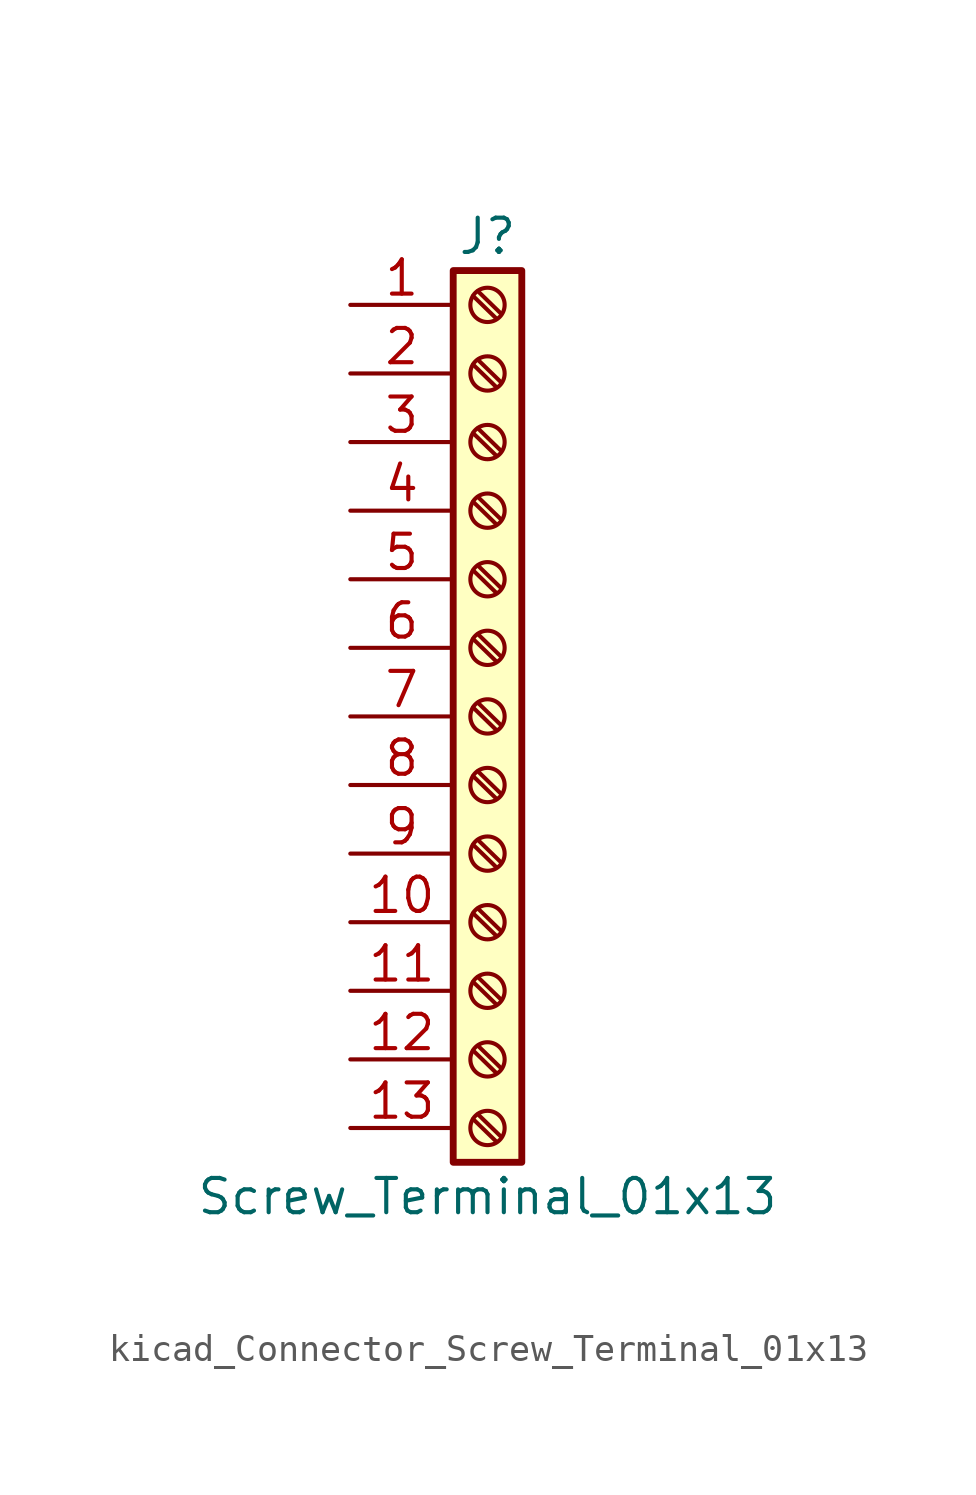
<source format=kicad_sym>
(kicad_symbol_lib
  (version 20220914)
  (generator kicad_symbol_editor)
  (symbol "kicad_Connector_Screw_Terminal_01x13"
    (pin_names
      (offset 1.016) hide)
    (property "Reference" "J"
      (at 0 17.78 0)
      (effects (font (size 1.27 1.27))))
    (property "Value" "Screw_Terminal_01x13"
      (at 0 -17.78 0)
      (effects (font (size 1.27 1.27))))
    (symbol "kicad_Connector_Screw_Terminal_01x13_1_1"
      (rectangle (start -1.27 16.51) (end 1.27 -16.51) (stroke (width 0.254) (type default)) (fill (type background)))
      (circle (center 0 -15.24) (radius 0.635) (stroke (width 0.152) (type default)) (fill (type none)))
      (circle (center 0 -12.7) (radius 0.635) (stroke (width 0.152) (type default)) (fill (type none)))
      (circle (center 0 -10.16) (radius 0.635) (stroke (width 0.152) (type default)) (fill (type none)))
      (circle (center 0 -7.62) (radius 0.635) (stroke (width 0.152) (type default)) (fill (type none)))
      (circle (center 0 -5.08) (radius 0.635) (stroke (width 0.152) (type default)) (fill (type none)))
      (circle (center 0 -2.54) (radius 0.635) (stroke (width 0.152) (type default)) (fill (type none)))
      (polyline (pts (xy -0.533 -14.91) (xy 0.33 -15.748)) (stroke (width 0.152) (type default)) (fill (type none)))
      (polyline (pts (xy -0.533 -12.37) (xy 0.33 -13.208)) (stroke (width 0.152) (type default)) (fill (type none)))
      (polyline (pts (xy -0.533 -9.83) (xy 0.33 -10.668)) (stroke (width 0.152) (type default)) (fill (type none)))
      (polyline (pts (xy -0.533 -7.29) (xy 0.33 -8.128)) (stroke (width 0.152) (type default)) (fill (type none)))
      (polyline (pts (xy -0.533 -4.75) (xy 0.33 -5.588)) (stroke (width 0.152) (type default)) (fill (type none)))
      (polyline (pts (xy -0.533 -2.21) (xy 0.33 -3.048)) (stroke (width 0.152) (type default)) (fill (type none)))
      (polyline (pts (xy -0.533 0.33) (xy 0.33 -0.508)) (stroke (width 0.152) (type default)) (fill (type none)))
      (polyline (pts (xy -0.533 2.87) (xy 0.33 2.032)) (stroke (width 0.152) (type default)) (fill (type none)))
      (polyline (pts (xy -0.533 5.41) (xy 0.33 4.572)) (stroke (width 0.152) (type default)) (fill (type none)))
      (polyline (pts (xy -0.533 7.95) (xy 0.33 7.112)) (stroke (width 0.152) (type default)) (fill (type none)))
      (polyline (pts (xy -0.533 10.49) (xy 0.33 9.652)) (stroke (width 0.152) (type default)) (fill (type none)))
      (polyline (pts (xy -0.533 13.03) (xy 0.33 12.192)) (stroke (width 0.152) (type default)) (fill (type none)))
      (polyline (pts (xy -0.533 15.57) (xy 0.33 14.732)) (stroke (width 0.152) (type default)) (fill (type none)))
      (polyline (pts (xy -0.356 -14.732) (xy 0.508 -15.57)) (stroke (width 0.152) (type default)) (fill (type none)))
      (polyline (pts (xy -0.356 -12.192) (xy 0.508 -13.03)) (stroke (width 0.152) (type default)) (fill (type none)))
      (polyline (pts (xy -0.356 -9.652) (xy 0.508 -10.49)) (stroke (width 0.152) (type default)) (fill (type none)))
      (polyline (pts (xy -0.356 -7.112) (xy 0.508 -7.95)) (stroke (width 0.152) (type default)) (fill (type none)))
      (polyline (pts (xy -0.356 -4.572) (xy 0.508 -5.41)) (stroke (width 0.152) (type default)) (fill (type none)))
      (polyline (pts (xy -0.356 -2.032) (xy 0.508 -2.87)) (stroke (width 0.152) (type default)) (fill (type none)))
      (polyline (pts (xy -0.356 0.508) (xy 0.508 -0.33)) (stroke (width 0.152) (type default)) (fill (type none)))
      (polyline (pts (xy -0.356 3.048) (xy 0.508 2.21)) (stroke (width 0.152) (type default)) (fill (type none)))
      (polyline (pts (xy -0.356 5.588) (xy 0.508 4.75)) (stroke (width 0.152) (type default)) (fill (type none)))
      (polyline (pts (xy -0.356 8.128) (xy 0.508 7.29)) (stroke (width 0.152) (type default)) (fill (type none)))
      (polyline (pts (xy -0.356 10.668) (xy 0.508 9.83)) (stroke (width 0.152) (type default)) (fill (type none)))
      (polyline (pts (xy -0.356 13.208) (xy 0.508 12.37)) (stroke (width 0.152) (type default)) (fill (type none)))
      (polyline (pts (xy -0.356 15.748) (xy 0.508 14.91)) (stroke (width 0.152) (type default)) (fill (type none)))
      (circle (center 0 0) (radius 0.635) (stroke (width 0.152) (type default)) (fill (type none)))
      (circle (center 0 2.54) (radius 0.635) (stroke (width 0.152) (type default)) (fill (type none)))
      (circle (center 0 5.08) (radius 0.635) (stroke (width 0.152) (type default)) (fill (type none)))
      (circle (center 0 7.62) (radius 0.635) (stroke (width 0.152) (type default)) (fill (type none)))
      (circle (center 0 10.16) (radius 0.635) (stroke (width 0.152) (type default)) (fill (type none)))
      (circle (center 0 12.7) (radius 0.635) (stroke (width 0.152) (type default)) (fill (type none)))
      (circle (center 0 15.24) (radius 0.635) (stroke (width 0.152) (type default)) (fill (type none)))
      (pin passive line (at -5.08 15.24 0) (length 3.81) (name "Pin_1" (effects (font (size 1.27 1.27)))) (number "1" (effects (font (size 1.27 1.27)))))
      (pin passive line (at -5.08 -7.62 0) (length 3.81) (name "Pin_10" (effects (font (size 1.27 1.27)))) (number "10" (effects (font (size 1.27 1.27)))))
      (pin passive line (at -5.08 -10.16 0) (length 3.81) (name "Pin_11" (effects (font (size 1.27 1.27)))) (number "11" (effects (font (size 1.27 1.27)))))
      (pin passive line (at -5.08 -12.7 0) (length 3.81) (name "Pin_12" (effects (font (size 1.27 1.27)))) (number "12" (effects (font (size 1.27 1.27)))))
      (pin passive line (at -5.08 -15.24 0) (length 3.81) (name "Pin_13" (effects (font (size 1.27 1.27)))) (number "13" (effects (font (size 1.27 1.27)))))
      (pin passive line (at -5.08 12.7 0) (length 3.81) (name "Pin_2" (effects (font (size 1.27 1.27)))) (number "2" (effects (font (size 1.27 1.27)))))
      (pin passive line (at -5.08 10.16 0) (length 3.81) (name "Pin_3" (effects (font (size 1.27 1.27)))) (number "3" (effects (font (size 1.27 1.27)))))
      (pin passive line (at -5.08 7.62 0) (length 3.81) (name "Pin_4" (effects (font (size 1.27 1.27)))) (number "4" (effects (font (size 1.27 1.27)))))
      (pin passive line (at -5.08 5.08 0) (length 3.81) (name "Pin_5" (effects (font (size 1.27 1.27)))) (number "5" (effects (font (size 1.27 1.27)))))
      (pin passive line (at -5.08 2.54 0) (length 3.81) (name "Pin_6" (effects (font (size 1.27 1.27)))) (number "6" (effects (font (size 1.27 1.27)))))
      (pin passive line (at -5.08 0 0) (length 3.81) (name "Pin_7" (effects (font (size 1.27 1.27)))) (number "7" (effects (font (size 1.27 1.27)))))
      (pin passive line (at -5.08 -2.54 0) (length 3.81) (name "Pin_8" (effects (font (size 1.27 1.27)))) (number "8" (effects (font (size 1.27 1.27)))))
      (pin passive line (at -5.08 -5.08 0) (length 3.81) (name "Pin_9" (effects (font (size 1.27 1.27)))) (number "9" (effects (font (size 1.27 1.27))))))))
</source>
